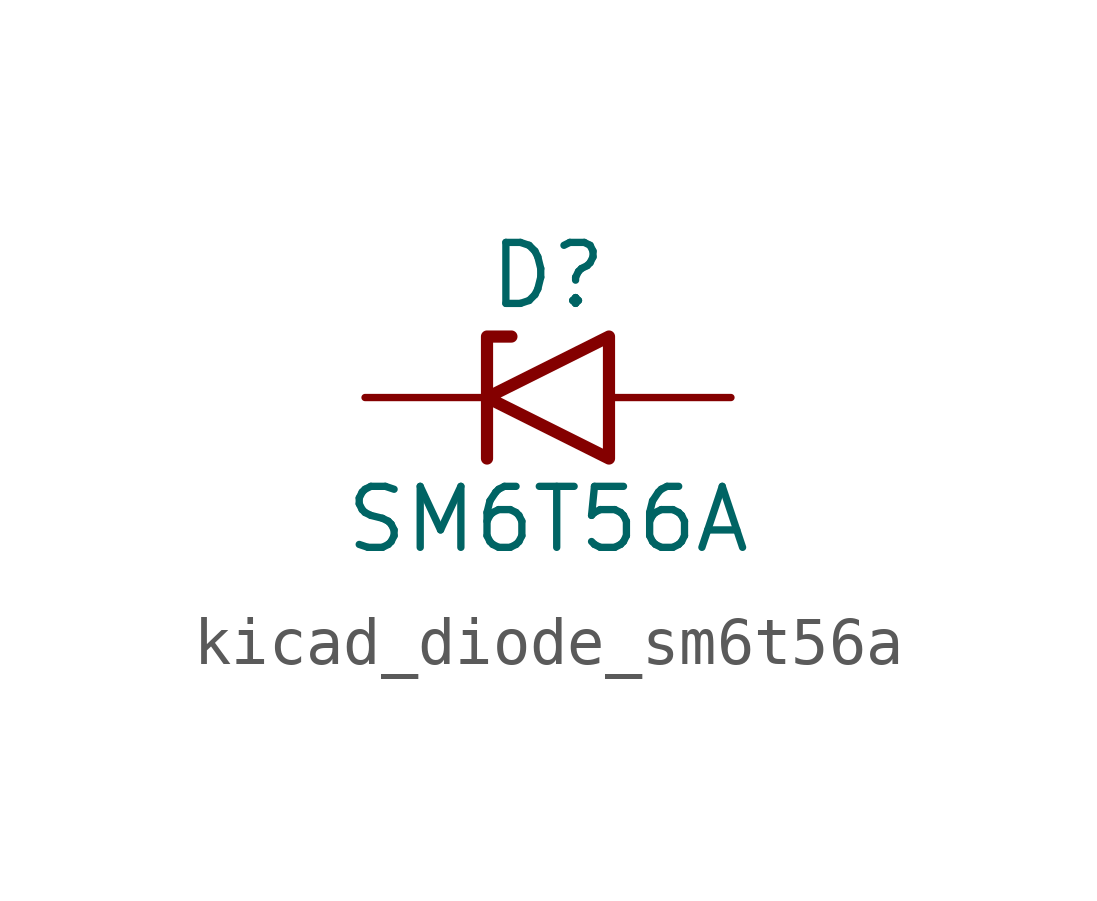
<source format=kicad_sym>
(kicad_symbol_lib
  (version 20220914)
  (generator kicad_symbol_editor)
  (symbol "kicad_diode_sm6t56a"
    (pin_numbers hide)
    (pin_names
      (offset 1.016) hide)
    (property "Reference" "D"
      (at 0 2.54 0)
      (effects (font (size 1.27 1.27))))
    (property "Value" "SM6T56A"
      (at 0 -2.54 0)
      (effects (font (size 1.27 1.27))))
    (symbol "kicad_diode_sm6t56a_0_1"
      (polyline (pts (xy -0.762 1.27) (xy -1.27 1.27) (xy -1.27 -1.27)) (stroke (width 0.254) (type default)) (fill (type none)))
      (polyline (pts (xy 1.27 1.27) (xy 1.27 -1.27) (xy -1.27 0) (xy 1.27 1.27)) (stroke (width 0.254) (type default)) (fill (type none))))
    (symbol "kicad_diode_sm6t56a_1_1"
      (pin passive line (at -3.81 0 0) (length 2.54) (name "A1" (effects (font (size 1.27 1.27)))) (number "1" (effects (font (size 1.27 1.27)))))
      (pin passive line (at 3.81 0 180) (length 2.54) (name "A2" (effects (font (size 1.27 1.27)))) (number "2" (effects (font (size 1.27 1.27))))))))
</source>
